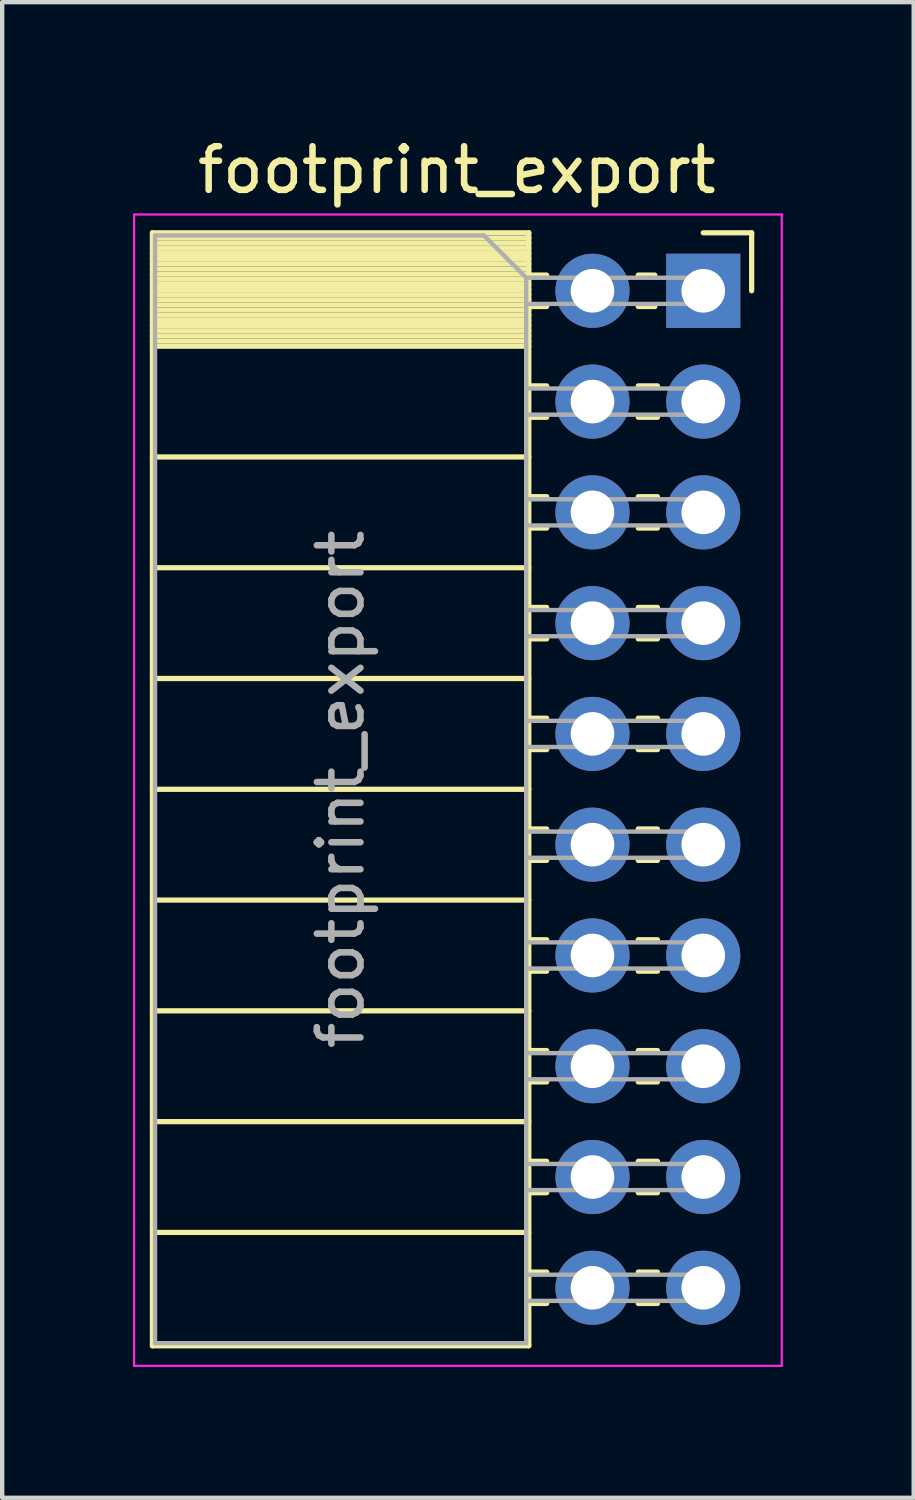
<source format=kicad_pcb>
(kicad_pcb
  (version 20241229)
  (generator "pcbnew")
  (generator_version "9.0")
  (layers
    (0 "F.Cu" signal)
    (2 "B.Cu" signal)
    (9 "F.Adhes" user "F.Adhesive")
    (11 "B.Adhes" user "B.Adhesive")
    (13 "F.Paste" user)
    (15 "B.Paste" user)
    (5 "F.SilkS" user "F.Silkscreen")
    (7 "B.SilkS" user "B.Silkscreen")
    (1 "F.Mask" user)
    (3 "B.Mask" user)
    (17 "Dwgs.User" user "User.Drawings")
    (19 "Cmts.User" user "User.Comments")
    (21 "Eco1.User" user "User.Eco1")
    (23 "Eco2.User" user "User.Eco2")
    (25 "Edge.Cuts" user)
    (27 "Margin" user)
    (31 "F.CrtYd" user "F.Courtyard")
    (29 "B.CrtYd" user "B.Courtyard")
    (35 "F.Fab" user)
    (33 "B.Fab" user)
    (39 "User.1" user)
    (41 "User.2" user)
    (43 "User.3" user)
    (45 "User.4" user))
  (footprint "footprint_export"
    (layer "F.Cu")
    (at 13.075 3.618)
    (property "Reference" "footprint_export" (at -5.65 -2.77 0) (layer "F.SilkS") (effects (font (size 1 1) (thickness 0.15))))
    (attr through_hole)
    (fp_line (start -12.63 -1.33) (end -12.63 24.19) (stroke (width 0.12) (type solid)) (layer "F.SilkS"))
    (fp_line (start -12.63 -1.33) (end -4 -1.33) (stroke (width 0.12) (type solid)) (layer "F.SilkS"))
    (fp_line (start -12.63 -1.21) (end -4 -1.21) (stroke (width 0.12) (type solid)) (layer "F.SilkS"))
    (fp_line (start -12.63 -1.092) (end -4 -1.092) (stroke (width 0.12) (type solid)) (layer "F.SilkS"))
    (fp_line (start -12.63 -0.974) (end -4 -0.974) (stroke (width 0.12) (type solid)) (layer "F.SilkS"))
    (fp_line (start -12.63 -0.856) (end -4 -0.856) (stroke (width 0.12) (type solid)) (layer "F.SilkS"))
    (fp_line (start -12.63 -0.738) (end -4 -0.738) (stroke (width 0.12) (type solid)) (layer "F.SilkS"))
    (fp_line (start -12.63 -0.62) (end -4 -0.62) (stroke (width 0.12) (type solid)) (layer "F.SilkS"))
    (fp_line (start -12.63 -0.501) (end -4 -0.501) (stroke (width 0.12) (type solid)) (layer "F.SilkS"))
    (fp_line (start -12.63 -0.383) (end -4 -0.383) (stroke (width 0.12) (type solid)) (layer "F.SilkS"))
    (fp_line (start -12.63 -0.265) (end -4 -0.265) (stroke (width 0.12) (type solid)) (layer "F.SilkS"))
    (fp_line (start -12.63 -0.147) (end -4 -0.147) (stroke (width 0.12) (type solid)) (layer "F.SilkS"))
    (fp_line (start -12.63 -0.029) (end -4 -0.029) (stroke (width 0.12) (type solid)) (layer "F.SilkS"))
    (fp_line (start -12.63 0.089) (end -4 0.089) (stroke (width 0.12) (type solid)) (layer "F.SilkS"))
    (fp_line (start -12.63 0.207) (end -4 0.207) (stroke (width 0.12) (type solid)) (layer "F.SilkS"))
    (fp_line (start -12.63 0.325) (end -4 0.325) (stroke (width 0.12) (type solid)) (layer "F.SilkS"))
    (fp_line (start -12.63 0.443) (end -4 0.443) (stroke (width 0.12) (type solid)) (layer "F.SilkS"))
    (fp_line (start -12.63 0.561) (end -4 0.561) (stroke (width 0.12) (type solid)) (layer "F.SilkS"))
    (fp_line (start -12.63 0.68) (end -4 0.68) (stroke (width 0.12) (type solid)) (layer "F.SilkS"))
    (fp_line (start -12.63 0.798) (end -4 0.798) (stroke (width 0.12) (type solid)) (layer "F.SilkS"))
    (fp_line (start -12.63 0.916) (end -4 0.916) (stroke (width 0.12) (type solid)) (layer "F.SilkS"))
    (fp_line (start -12.63 1.034) (end -4 1.034) (stroke (width 0.12) (type solid)) (layer "F.SilkS"))
    (fp_line (start -12.63 1.152) (end -4 1.152) (stroke (width 0.12) (type solid)) (layer "F.SilkS"))
    (fp_line (start -12.63 1.27) (end -4 1.27) (stroke (width 0.12) (type solid)) (layer "F.SilkS"))
    (fp_line (start -12.63 3.81) (end -4 3.81) (stroke (width 0.12) (type solid)) (layer "F.SilkS"))
    (fp_line (start -12.63 6.35) (end -4 6.35) (stroke (width 0.12) (type solid)) (layer "F.SilkS"))
    (fp_line (start -12.63 8.89) (end -4 8.89) (stroke (width 0.12) (type solid)) (layer "F.SilkS"))
    (fp_line (start -12.63 11.43) (end -4 11.43) (stroke (width 0.12) (type solid)) (layer "F.SilkS"))
    (fp_line (start -12.63 13.97) (end -4 13.97) (stroke (width 0.12) (type solid)) (layer "F.SilkS"))
    (fp_line (start -12.63 16.51) (end -4 16.51) (stroke (width 0.12) (type solid)) (layer "F.SilkS"))
    (fp_line (start -12.63 19.05) (end -4 19.05) (stroke (width 0.12) (type solid)) (layer "F.SilkS"))
    (fp_line (start -12.63 21.59) (end -4 21.59) (stroke (width 0.12) (type solid)) (layer "F.SilkS"))
    (fp_line (start -12.63 24.19) (end -4 24.19) (stroke (width 0.12) (type solid)) (layer "F.SilkS"))
    (fp_line (start -4 -1.33) (end -4 24.19) (stroke (width 0.12) (type solid)) (layer "F.SilkS"))
    (fp_line (start -4 -0.36) (end -3.59 -0.36) (stroke (width 0.12) (type solid)) (layer "F.SilkS"))
    (fp_line (start -4 0.36) (end -3.59 0.36) (stroke (width 0.12) (type solid)) (layer "F.SilkS"))
    (fp_line (start -4 2.18) (end -3.59 2.18) (stroke (width 0.12) (type solid)) (layer "F.SilkS"))
    (fp_line (start -4 2.9) (end -3.59 2.9) (stroke (width 0.12) (type solid)) (layer "F.SilkS"))
    (fp_line (start -4 4.72) (end -3.59 4.72) (stroke (width 0.12) (type solid)) (layer "F.SilkS"))
    (fp_line (start -4 5.44) (end -3.59 5.44) (stroke (width 0.12) (type solid)) (layer "F.SilkS"))
    (fp_line (start -4 7.26) (end -3.59 7.26) (stroke (width 0.12) (type solid)) (layer "F.SilkS"))
    (fp_line (start -4 7.98) (end -3.59 7.98) (stroke (width 0.12) (type solid)) (layer "F.SilkS"))
    (fp_line (start -4 9.8) (end -3.59 9.8) (stroke (width 0.12) (type solid)) (layer "F.SilkS"))
    (fp_line (start -4 10.52) (end -3.59 10.52) (stroke (width 0.12) (type solid)) (layer "F.SilkS"))
    (fp_line (start -4 12.34) (end -3.59 12.34) (stroke (width 0.12) (type solid)) (layer "F.SilkS"))
    (fp_line (start -4 13.06) (end -3.59 13.06) (stroke (width 0.12) (type solid)) (layer "F.SilkS"))
    (fp_line (start -4 14.88) (end -3.59 14.88) (stroke (width 0.12) (type solid)) (layer "F.SilkS"))
    (fp_line (start -4 15.6) (end -3.59 15.6) (stroke (width 0.12) (type solid)) (layer "F.SilkS"))
    (fp_line (start -4 17.42) (end -3.59 17.42) (stroke (width 0.12) (type solid)) (layer "F.SilkS"))
    (fp_line (start -4 18.14) (end -3.59 18.14) (stroke (width 0.12) (type solid)) (layer "F.SilkS"))
    (fp_line (start -4 19.96) (end -3.59 19.96) (stroke (width 0.12) (type solid)) (layer "F.SilkS"))
    (fp_line (start -4 20.68) (end -3.59 20.68) (stroke (width 0.12) (type solid)) (layer "F.SilkS"))
    (fp_line (start -4 22.5) (end -3.59 22.5) (stroke (width 0.12) (type solid)) (layer "F.SilkS"))
    (fp_line (start -4 23.22) (end -3.59 23.22) (stroke (width 0.12) (type solid)) (layer "F.SilkS"))
    (fp_line (start -1.49 -0.36) (end -1.11 -0.36) (stroke (width 0.12) (type solid)) (layer "F.SilkS"))
    (fp_line (start -1.49 0.36) (end -1.11 0.36) (stroke (width 0.12) (type solid)) (layer "F.SilkS"))
    (fp_line (start -1.49 2.18) (end -1.05 2.18) (stroke (width 0.12) (type solid)) (layer "F.SilkS"))
    (fp_line (start -1.49 2.9) (end -1.05 2.9) (stroke (width 0.12) (type solid)) (layer "F.SilkS"))
    (fp_line (start -1.49 4.72) (end -1.05 4.72) (stroke (width 0.12) (type solid)) (layer "F.SilkS"))
    (fp_line (start -1.49 5.44) (end -1.05 5.44) (stroke (width 0.12) (type solid)) (layer "F.SilkS"))
    (fp_line (start -1.49 7.26) (end -1.05 7.26) (stroke (width 0.12) (type solid)) (layer "F.SilkS"))
    (fp_line (start -1.49 7.98) (end -1.05 7.98) (stroke (width 0.12) (type solid)) (layer "F.SilkS"))
    (fp_line (start -1.49 9.8) (end -1.05 9.8) (stroke (width 0.12) (type solid)) (layer "F.SilkS"))
    (fp_line (start -1.49 10.52) (end -1.05 10.52) (stroke (width 0.12) (type solid)) (layer "F.SilkS"))
    (fp_line (start -1.49 12.34) (end -1.05 12.34) (stroke (width 0.12) (type solid)) (layer "F.SilkS"))
    (fp_line (start -1.49 13.06) (end -1.05 13.06) (stroke (width 0.12) (type solid)) (layer "F.SilkS"))
    (fp_line (start -1.49 14.88) (end -1.05 14.88) (stroke (width 0.12) (type solid)) (layer "F.SilkS"))
    (fp_line (start -1.49 15.6) (end -1.05 15.6) (stroke (width 0.12) (type solid)) (layer "F.SilkS"))
    (fp_line (start -1.49 17.42) (end -1.05 17.42) (stroke (width 0.12) (type solid)) (layer "F.SilkS"))
    (fp_line (start -1.49 18.14) (end -1.05 18.14) (stroke (width 0.12) (type solid)) (layer "F.SilkS"))
    (fp_line (start -1.49 19.96) (end -1.05 19.96) (stroke (width 0.12) (type solid)) (layer "F.SilkS"))
    (fp_line (start -1.49 20.68) (end -1.05 20.68) (stroke (width 0.12) (type solid)) (layer "F.SilkS"))
    (fp_line (start -1.49 22.5) (end -1.05 22.5) (stroke (width 0.12) (type solid)) (layer "F.SilkS"))
    (fp_line (start -1.49 23.22) (end -1.05 23.22) (stroke (width 0.12) (type solid)) (layer "F.SilkS"))
    (fp_line (start 0 -1.33) (end 1.11 -1.33) (stroke (width 0.12) (type solid)) (layer "F.SilkS"))
    (fp_line (start 1.11 -1.33) (end 1.11 0) (stroke (width 0.12) (type solid)) (layer "F.SilkS"))
    (fp_line (start -13.05 -1.75) (end -13.05 24.65) (stroke (width 0.05) (type solid)) (layer "F.CrtYd"))
    (fp_line (start -13.05 24.65) (end 1.8 24.65) (stroke (width 0.05) (type solid)) (layer "F.CrtYd"))
    (fp_line (start 1.8 -1.75) (end -13.05 -1.75) (stroke (width 0.05) (type solid)) (layer "F.CrtYd"))
    (fp_line (start 1.8 24.65) (end 1.8 -1.75) (stroke (width 0.05) (type solid)) (layer "F.CrtYd"))
    (fp_line (start -12.57 -1.27) (end -5.03 -1.27) (stroke (width 0.1) (type solid)) (layer "F.Fab"))
    (fp_line (start -12.57 24.13) (end -12.57 -1.27) (stroke (width 0.1) (type solid)) (layer "F.Fab"))
    (fp_line (start -5.03 -1.27) (end -4.06 -0.3) (stroke (width 0.1) (type solid)) (layer "F.Fab"))
    (fp_line (start -4.06 -0.3) (end -4.06 24.13) (stroke (width 0.1) (type solid)) (layer "F.Fab"))
    (fp_line (start -4.06 0.3) (end 0 0.3) (stroke (width 0.1) (type solid)) (layer "F.Fab"))
    (fp_line (start -4.06 2.84) (end 0 2.84) (stroke (width 0.1) (type solid)) (layer "F.Fab"))
    (fp_line (start -4.06 5.38) (end 0 5.38) (stroke (width 0.1) (type solid)) (layer "F.Fab"))
    (fp_line (start -4.06 7.92) (end 0 7.92) (stroke (width 0.1) (type solid)) (layer "F.Fab"))
    (fp_line (start -4.06 10.46) (end 0 10.46) (stroke (width 0.1) (type solid)) (layer "F.Fab"))
    (fp_line (start -4.06 13) (end 0 13) (stroke (width 0.1) (type solid)) (layer "F.Fab"))
    (fp_line (start -4.06 15.54) (end 0 15.54) (stroke (width 0.1) (type solid)) (layer "F.Fab"))
    (fp_line (start -4.06 18.08) (end 0 18.08) (stroke (width 0.1) (type solid)) (layer "F.Fab"))
    (fp_line (start -4.06 20.62) (end 0 20.62) (stroke (width 0.1) (type solid)) (layer "F.Fab"))
    (fp_line (start -4.06 23.16) (end 0 23.16) (stroke (width 0.1) (type solid)) (layer "F.Fab"))
    (fp_line (start -4.06 24.13) (end -12.57 24.13) (stroke (width 0.1) (type solid)) (layer "F.Fab"))
    (fp_line (start 0 -0.3) (end -4.06 -0.3) (stroke (width 0.1) (type solid)) (layer "F.Fab"))
    (fp_line (start 0 0.3) (end 0 -0.3) (stroke (width 0.1) (type solid)) (layer "F.Fab"))
    (fp_line (start 0 2.24) (end -4.06 2.24) (stroke (width 0.1) (type solid)) (layer "F.Fab"))
    (fp_line (start 0 2.84) (end 0 2.24) (stroke (width 0.1) (type solid)) (layer "F.Fab"))
    (fp_line (start 0 4.78) (end -4.06 4.78) (stroke (width 0.1) (type solid)) (layer "F.Fab"))
    (fp_line (start 0 5.38) (end 0 4.78) (stroke (width 0.1) (type solid)) (layer "F.Fab"))
    (fp_line (start 0 7.32) (end -4.06 7.32) (stroke (width 0.1) (type solid)) (layer "F.Fab"))
    (fp_line (start 0 7.92) (end 0 7.32) (stroke (width 0.1) (type solid)) (layer "F.Fab"))
    (fp_line (start 0 9.86) (end -4.06 9.86) (stroke (width 0.1) (type solid)) (layer "F.Fab"))
    (fp_line (start 0 10.46) (end 0 9.86) (stroke (width 0.1) (type solid)) (layer "F.Fab"))
    (fp_line (start 0 12.4) (end -4.06 12.4) (stroke (width 0.1) (type solid)) (layer "F.Fab"))
    (fp_line (start 0 13) (end 0 12.4) (stroke (width 0.1) (type solid)) (layer "F.Fab"))
    (fp_line (start 0 14.94) (end -4.06 14.94) (stroke (width 0.1) (type solid)) (layer "F.Fab"))
    (fp_line (start 0 15.54) (end 0 14.94) (stroke (width 0.1) (type solid)) (layer "F.Fab"))
    (fp_line (start 0 17.48) (end -4.06 17.48) (stroke (width 0.1) (type solid)) (layer "F.Fab"))
    (fp_line (start 0 18.08) (end 0 17.48) (stroke (width 0.1) (type solid)) (layer "F.Fab"))
    (fp_line (start 0 20.02) (end -4.06 20.02) (stroke (width 0.1) (type solid)) (layer "F.Fab"))
    (fp_line (start 0 20.62) (end 0 20.02) (stroke (width 0.1) (type solid)) (layer "F.Fab"))
    (fp_line (start 0 22.56) (end -4.06 22.56) (stroke (width 0.1) (type solid)) (layer "F.Fab"))
    (fp_line (start 0 23.16) (end 0 22.56) (stroke (width 0.1) (type solid)) (layer "F.Fab"))
    (fp_text user "${REFERENCE}" (at -8.315 11.43 90) (layer "F.Fab") (effects (font (size 1 1) (thickness 0.15))))
    (pad "1" thru_hole rect (at 0 0) (size 1.7 1.7) (drill 1) (layers "*.Cu" "*.Mask"))
    (pad "2" thru_hole oval (at -2.54 0) (size 1.7 1.7) (drill 1) (layers "*.Cu" "*.Mask"))
    (pad "3" thru_hole oval (at 0 2.54) (size 1.7 1.7) (drill 1) (layers "*.Cu" "*.Mask"))
    (pad "4" thru_hole oval (at -2.54 2.54) (size 1.7 1.7) (drill 1) (layers "*.Cu" "*.Mask"))
    (pad "5" thru_hole oval (at 0 5.08) (size 1.7 1.7) (drill 1) (layers "*.Cu" "*.Mask"))
    (pad "6" thru_hole oval (at -2.54 5.08) (size 1.7 1.7) (drill 1) (layers "*.Cu" "*.Mask"))
    (pad "7" thru_hole oval (at 0 7.62) (size 1.7 1.7) (drill 1) (layers "*.Cu" "*.Mask"))
    (pad "8" thru_hole oval (at -2.54 7.62) (size 1.7 1.7) (drill 1) (layers "*.Cu" "*.Mask"))
    (pad "9" thru_hole oval (at 0 10.16) (size 1.7 1.7) (drill 1) (layers "*.Cu" "*.Mask"))
    (pad "10" thru_hole oval (at -2.54 10.16) (size 1.7 1.7) (drill 1) (layers "*.Cu" "*.Mask"))
    (pad "11" thru_hole oval (at 0 12.7) (size 1.7 1.7) (drill 1) (layers "*.Cu" "*.Mask"))
    (pad "12" thru_hole oval (at -2.54 12.7) (size 1.7 1.7) (drill 1) (layers "*.Cu" "*.Mask"))
    (pad "13" thru_hole oval (at 0 15.24) (size 1.7 1.7) (drill 1) (layers "*.Cu" "*.Mask"))
    (pad "14" thru_hole oval (at -2.54 15.24) (size 1.7 1.7) (drill 1) (layers "*.Cu" "*.Mask"))
    (pad "15" thru_hole oval (at 0 17.78) (size 1.7 1.7) (drill 1) (layers "*.Cu" "*.Mask"))
    (pad "16" thru_hole oval (at -2.54 17.78) (size 1.7 1.7) (drill 1) (layers "*.Cu" "*.Mask"))
    (pad "17" thru_hole oval (at 0 20.32) (size 1.7 1.7) (drill 1) (layers "*.Cu" "*.Mask"))
    (pad "18" thru_hole oval (at -2.54 20.32) (size 1.7 1.7) (drill 1) (layers "*.Cu" "*.Mask"))
    (pad "19" thru_hole oval (at 0 22.86) (size 1.7 1.7) (drill 1) (layers "*.Cu" "*.Mask"))
    (pad "20" thru_hole oval (at -2.54 22.86) (size 1.7 1.7) (drill 1) (layers "*.Cu" "*.Mask")))
  (gr_rect
    (start -3 -3)
    (end 17.9 31.293)
    (stroke (width 0.1) (type default))
    (fill no)
    (layer "Edge.Cuts")))
</source>
